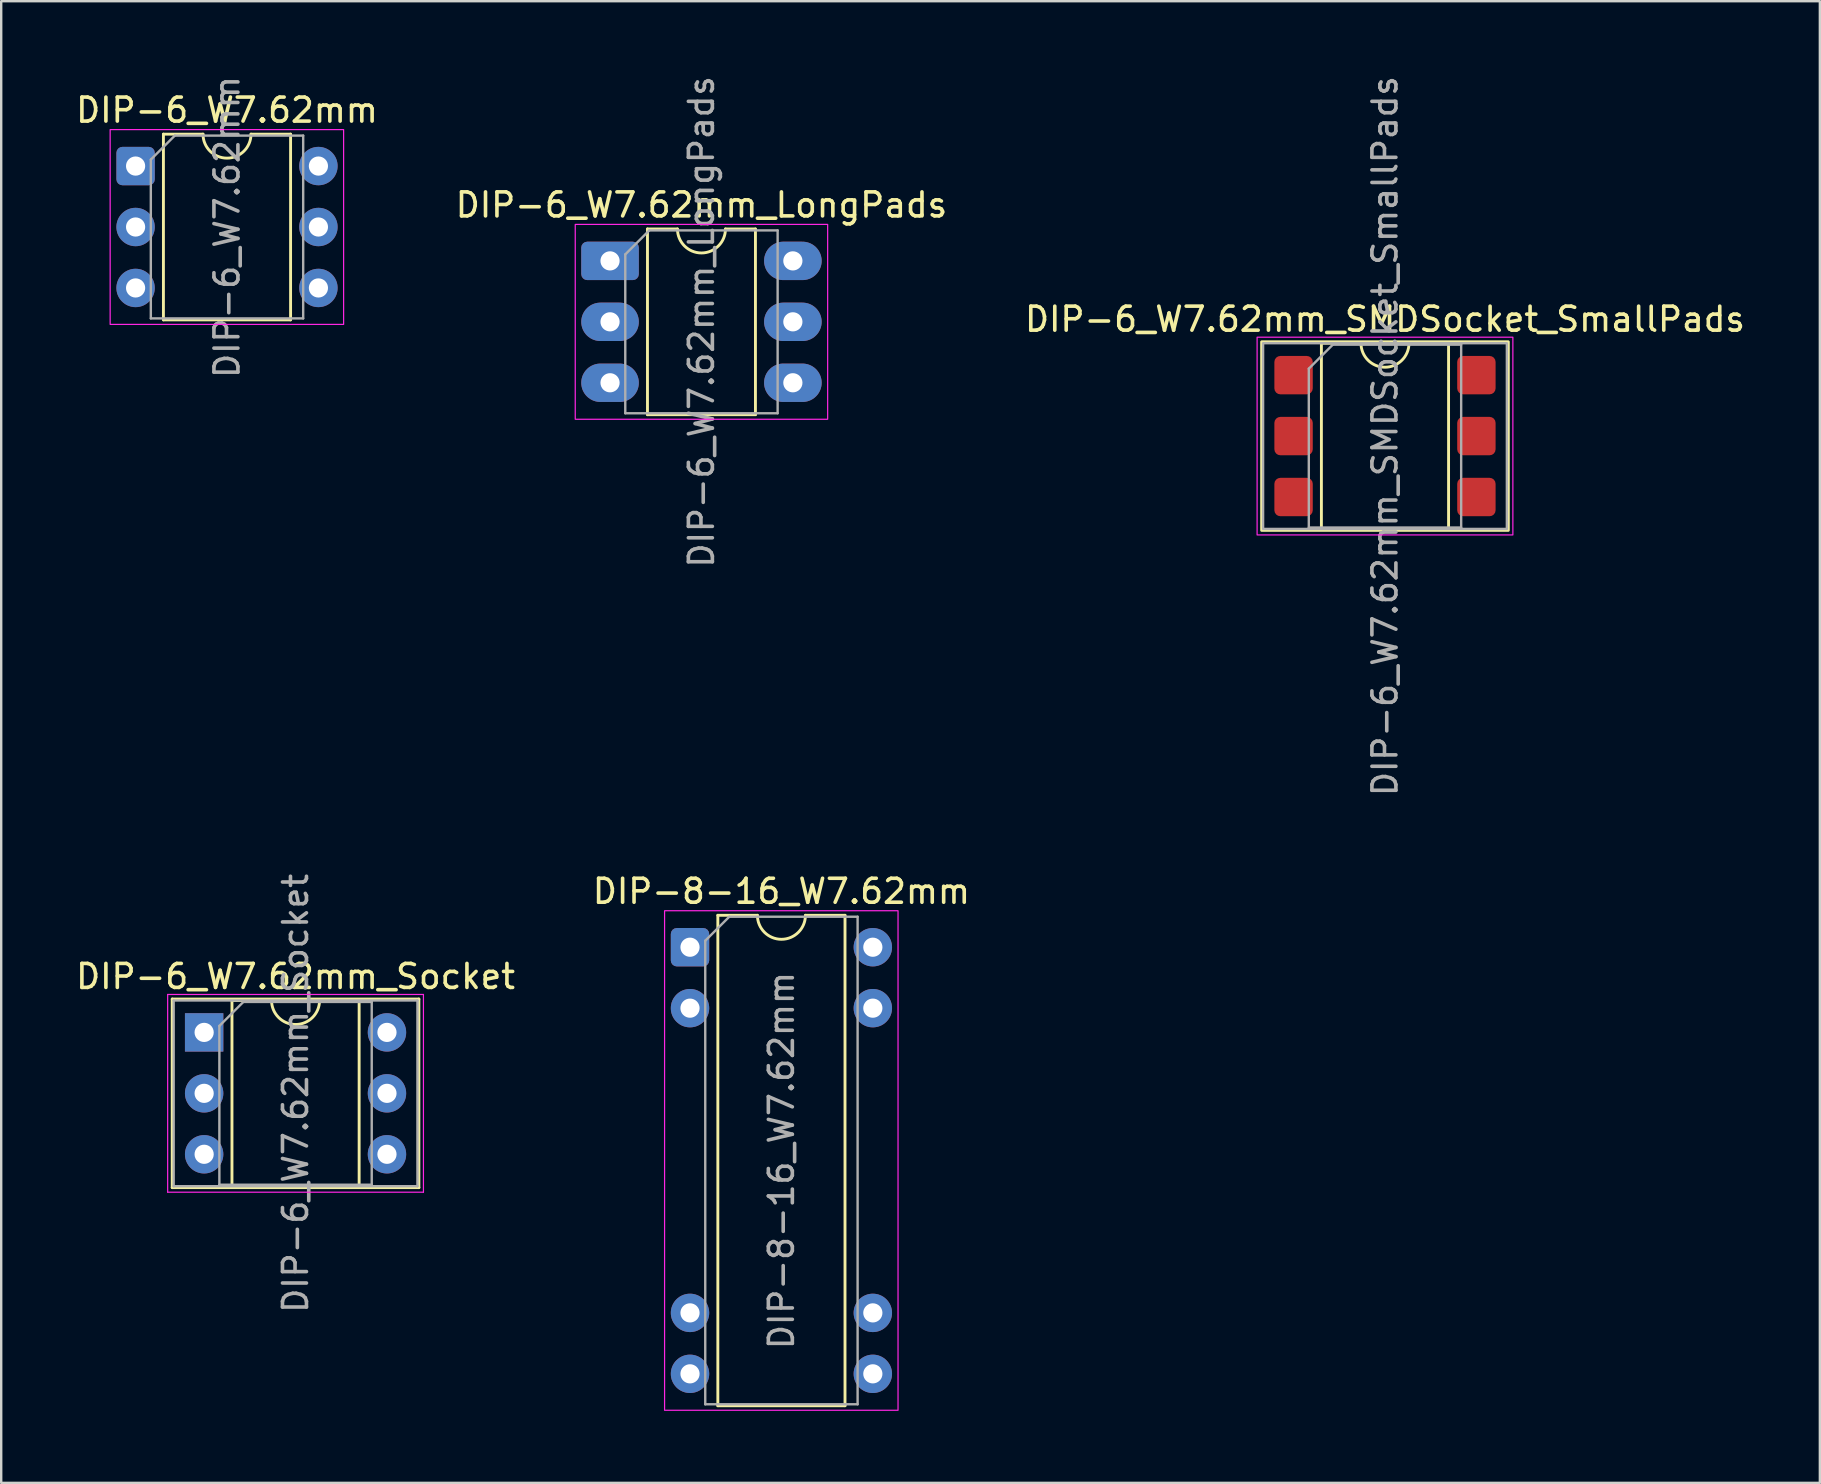
<source format=kicad_pcb>
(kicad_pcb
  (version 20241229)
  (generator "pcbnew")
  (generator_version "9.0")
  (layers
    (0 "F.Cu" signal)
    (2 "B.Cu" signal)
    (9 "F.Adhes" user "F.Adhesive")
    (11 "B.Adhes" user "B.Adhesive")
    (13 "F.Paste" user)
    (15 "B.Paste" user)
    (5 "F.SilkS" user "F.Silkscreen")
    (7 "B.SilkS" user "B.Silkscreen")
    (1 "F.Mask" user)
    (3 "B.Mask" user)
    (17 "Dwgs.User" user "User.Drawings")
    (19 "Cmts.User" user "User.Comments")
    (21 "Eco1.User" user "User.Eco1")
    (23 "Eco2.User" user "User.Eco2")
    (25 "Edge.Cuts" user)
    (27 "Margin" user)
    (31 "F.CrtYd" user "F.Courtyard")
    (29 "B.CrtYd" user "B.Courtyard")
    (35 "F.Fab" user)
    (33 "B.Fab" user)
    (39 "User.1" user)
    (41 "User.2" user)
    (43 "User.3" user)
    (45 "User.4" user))
  (footprint "DIP-6_W7.62mm_Socket"
    (layer "F.Cu")
    (at 5.458 39.978)
    (property "Reference" "DIP-6_W7.62mm_Socket" (at 3.81 -2.33 0) (layer "F.SilkS") (effects (font (size 1 1) (thickness 0.15))))
    (attr through_hole)
    (fp_line (start -1.33 -1.39) (end -1.33 6.47) (stroke (width 0.12) (type solid)) (layer "F.SilkS"))
    (fp_line (start -1.33 6.47) (end 8.95 6.47) (stroke (width 0.12) (type solid)) (layer "F.SilkS"))
    (fp_line (start 1.16 -1.33) (end 1.16 6.41) (stroke (width 0.12) (type solid)) (layer "F.SilkS"))
    (fp_line (start 1.16 6.41) (end 6.46 6.41) (stroke (width 0.12) (type solid)) (layer "F.SilkS"))
    (fp_line (start 2.81 -1.33) (end 1.16 -1.33) (stroke (width 0.12) (type solid)) (layer "F.SilkS"))
    (fp_line (start 6.46 -1.33) (end 4.81 -1.33) (stroke (width 0.12) (type solid)) (layer "F.SilkS"))
    (fp_line (start 6.46 6.41) (end 6.46 -1.33) (stroke (width 0.12) (type solid)) (layer "F.SilkS"))
    (fp_line (start 8.95 -1.39) (end -1.33 -1.39) (stroke (width 0.12) (type solid)) (layer "F.SilkS"))
    (fp_line (start 8.95 6.47) (end 8.95 -1.39) (stroke (width 0.12) (type solid)) (layer "F.SilkS"))
    (fp_arc (start 4.81 -1.33) (mid 3.81 -0.33) (end 2.81 -1.33) (stroke (width 0.12) (type solid)) (layer "F.SilkS"))
    (fp_line (start -1.52 -1.58) (end -1.52 6.66) (stroke (width 0.05) (type solid)) (layer "F.CrtYd"))
    (fp_line (start -1.52 6.66) (end 9.14 6.66) (stroke (width 0.05) (type solid)) (layer "F.CrtYd"))
    (fp_line (start 9.14 -1.58) (end -1.52 -1.58) (stroke (width 0.05) (type solid)) (layer "F.CrtYd"))
    (fp_line (start 9.14 6.66) (end 9.14 -1.58) (stroke (width 0.05) (type solid)) (layer "F.CrtYd"))
    (fp_line (start -1.27 -1.33) (end -1.27 6.41) (stroke (width 0.1) (type solid)) (layer "F.Fab"))
    (fp_line (start -1.27 6.41) (end 8.89 6.41) (stroke (width 0.1) (type solid)) (layer "F.Fab"))
    (fp_line (start 0.635 -0.27) (end 1.635 -1.27) (stroke (width 0.1) (type solid)) (layer "F.Fab"))
    (fp_line (start 0.635 6.35) (end 0.635 -0.27) (stroke (width 0.1) (type solid)) (layer "F.Fab"))
    (fp_line (start 1.635 -1.27) (end 6.985 -1.27) (stroke (width 0.1) (type solid)) (layer "F.Fab"))
    (fp_line (start 6.985 -1.27) (end 6.985 6.35) (stroke (width 0.1) (type solid)) (layer "F.Fab"))
    (fp_line (start 6.985 6.35) (end 0.635 6.35) (stroke (width 0.1) (type solid)) (layer "F.Fab"))
    (fp_line (start 8.89 -1.33) (end -1.27 -1.33) (stroke (width 0.1) (type solid)) (layer "F.Fab"))
    (fp_line (start 8.89 6.41) (end 8.89 -1.33) (stroke (width 0.1) (type solid)) (layer "F.Fab"))
    (fp_text user "${REFERENCE}" (at 3.81 2.54 90) (layer "F.Fab") (effects (font (size 1 1) (thickness 0.15))))
    (pad "1" thru_hole rect (at 0 0) (size 1.6 1.6) (drill 0.8) (layers "*.Cu" "*.Mask"))
    (pad "2" thru_hole circle (at 0 2.54) (size 1.6 1.6) (drill 0.8) (layers "*.Cu" "*.Mask"))
    (pad "3" thru_hole circle (at 0 5.08) (size 1.6 1.6) (drill 0.8) (layers "*.Cu" "*.Mask"))
    (pad "4" thru_hole circle (at 7.62 5.08) (size 1.6 1.6) (drill 0.8) (layers "*.Cu" "*.Mask"))
    (pad "5" thru_hole circle (at 7.62 2.54) (size 1.6 1.6) (drill 0.8) (layers "*.Cu" "*.Mask"))
    (pad "6" thru_hole circle (at 7.62 0) (size 1.6 1.6) (drill 0.8) (layers "*.Cu" "*.Mask")))
  (footprint "DIP-8-16_W7.62mm"
    (layer "F.Cu")
    (at 25.708 36.428)
    (property "Reference" "DIP-8-16_W7.62mm" (at 3.81 -2.33 0) (layer "F.SilkS") (effects (font (size 1 1) (thickness 0.15))))
    (attr through_hole)
    (fp_line (start 1.16 -1.33) (end 1.16 19.11) (stroke (width 0.12) (type solid)) (layer "F.SilkS"))
    (fp_line (start 1.16 19.11) (end 6.46 19.11) (stroke (width 0.12) (type solid)) (layer "F.SilkS"))
    (fp_line (start 2.81 -1.33) (end 1.16 -1.33) (stroke (width 0.12) (type solid)) (layer "F.SilkS"))
    (fp_line (start 6.46 -1.33) (end 4.81 -1.33) (stroke (width 0.12) (type solid)) (layer "F.SilkS"))
    (fp_line (start 6.46 19.11) (end 6.46 -1.33) (stroke (width 0.12) (type solid)) (layer "F.SilkS"))
    (fp_arc (start 4.81 -1.33) (mid 3.81 -0.33) (end 2.81 -1.33) (stroke (width 0.12) (type solid)) (layer "F.SilkS"))
    (fp_rect (start -1.06 -1.52) (end 8.67 19.3) (stroke (width 0.05) (type solid)) (fill no) (layer "F.CrtYd"))
    (fp_line (start 0.635 -0.27) (end 1.635 -1.27) (stroke (width 0.1) (type solid)) (layer "F.Fab"))
    (fp_line (start 0.635 19.05) (end 0.635 -0.27) (stroke (width 0.1) (type solid)) (layer "F.Fab"))
    (fp_line (start 1.635 -1.27) (end 6.985 -1.27) (stroke (width 0.1) (type solid)) (layer "F.Fab"))
    (fp_line (start 6.985 -1.27) (end 6.985 19.05) (stroke (width 0.1) (type solid)) (layer "F.Fab"))
    (fp_line (start 6.985 19.05) (end 0.635 19.05) (stroke (width 0.1) (type solid)) (layer "F.Fab"))
    (fp_text user "${REFERENCE}" (at 3.81 8.89 90) (layer "F.Fab") (effects (font (size 1 1) (thickness 0.15))))
    (pad "1" thru_hole roundrect (at 0 0) (size 1.6 1.6) (drill 0.8) (layers "*.Cu" "*.Mask") (roundrect_rratio 0.156))
    (pad "2" thru_hole circle (at 0 2.54) (size 1.6 1.6) (drill 0.8) (layers "*.Cu" "*.Mask"))
    (pad "3" thru_hole circle (at 0 15.24) (size 1.6 1.6) (drill 0.8) (layers "*.Cu" "*.Mask"))
    (pad "4" thru_hole circle (at 0 17.78) (size 1.6 1.6) (drill 0.8) (layers "*.Cu" "*.Mask"))
    (pad "5" thru_hole circle (at 7.62 17.78) (size 1.6 1.6) (drill 0.8) (layers "*.Cu" "*.Mask"))
    (pad "6" thru_hole circle (at 7.62 15.24) (size 1.6 1.6) (drill 0.8) (layers "*.Cu" "*.Mask"))
    (pad "7" thru_hole circle (at 7.62 2.54) (size 1.6 1.6) (drill 0.8) (layers "*.Cu" "*.Mask"))
    (pad "8" thru_hole circle (at 7.62 0) (size 1.6 1.6) (drill 0.8) (layers "*.Cu" "*.Mask")))
  (footprint "DIP-6_W7.62mm_LongPads"
    (layer "F.Cu")
    (at 22.375 7.823)
    (property "Reference" "DIP-6_W7.62mm_LongPads" (at 3.81 -2.33 0) (layer "F.SilkS") (effects (font (size 1 1) (thickness 0.15))))
    (attr through_hole)
    (fp_line (start 1.56 -1.33) (end 1.56 6.41) (stroke (width 0.12) (type solid)) (layer "F.SilkS"))
    (fp_line (start 1.56 6.41) (end 6.06 6.41) (stroke (width 0.12) (type solid)) (layer "F.SilkS"))
    (fp_line (start 2.81 -1.33) (end 1.56 -1.33) (stroke (width 0.12) (type solid)) (layer "F.SilkS"))
    (fp_line (start 6.06 -1.33) (end 4.81 -1.33) (stroke (width 0.12) (type solid)) (layer "F.SilkS"))
    (fp_line (start 6.06 6.41) (end 6.06 -1.33) (stroke (width 0.12) (type solid)) (layer "F.SilkS"))
    (fp_arc (start 4.81 -1.33) (mid 3.81 -0.33) (end 2.81 -1.33) (stroke (width 0.12) (type solid)) (layer "F.SilkS"))
    (fp_rect (start -1.45 -1.52) (end 9.07 6.6) (stroke (width 0.05) (type solid)) (fill no) (layer "F.CrtYd"))
    (fp_line (start 0.635 -0.27) (end 1.635 -1.27) (stroke (width 0.1) (type solid)) (layer "F.Fab"))
    (fp_line (start 0.635 6.35) (end 0.635 -0.27) (stroke (width 0.1) (type solid)) (layer "F.Fab"))
    (fp_line (start 1.635 -1.27) (end 6.985 -1.27) (stroke (width 0.1) (type solid)) (layer "F.Fab"))
    (fp_line (start 6.985 -1.27) (end 6.985 6.35) (stroke (width 0.1) (type solid)) (layer "F.Fab"))
    (fp_line (start 6.985 6.35) (end 0.635 6.35) (stroke (width 0.1) (type solid)) (layer "F.Fab"))
    (fp_text user "${REFERENCE}" (at 3.81 2.54 90) (layer "F.Fab") (effects (font (size 1 1) (thickness 0.15))))
    (pad "1" thru_hole roundrect (at 0 0) (size 2.4 1.6) (drill 0.8) (layers "*.Cu" "*.Mask") (roundrect_rratio 0.156))
    (pad "2" thru_hole oval (at 0 2.54) (size 2.4 1.6) (drill 0.8) (layers "*.Cu" "*.Mask"))
    (pad "3" thru_hole oval (at 0 5.08) (size 2.4 1.6) (drill 0.8) (layers "*.Cu" "*.Mask"))
    (pad "4" thru_hole oval (at 7.62 5.08) (size 2.4 1.6) (drill 0.8) (layers "*.Cu" "*.Mask"))
    (pad "5" thru_hole oval (at 7.62 2.54) (size 2.4 1.6) (drill 0.8) (layers "*.Cu" "*.Mask"))
    (pad "6" thru_hole oval (at 7.62 0) (size 2.4 1.6) (drill 0.8) (layers "*.Cu" "*.Mask")))
  (footprint "DIP-6_W7.62mm"
    (layer "F.Cu")
    (at 2.601 3.871)
    (property "Reference" "DIP-6_W7.62mm" (at 3.81 -2.33 0) (layer "F.SilkS") (effects (font (size 1 1) (thickness 0.15))))
    (attr through_hole)
    (fp_line (start 1.16 -1.33) (end 1.16 6.41) (stroke (width 0.12) (type solid)) (layer "F.SilkS"))
    (fp_line (start 1.16 6.41) (end 6.46 6.41) (stroke (width 0.12) (type solid)) (layer "F.SilkS"))
    (fp_line (start 2.81 -1.33) (end 1.16 -1.33) (stroke (width 0.12) (type solid)) (layer "F.SilkS"))
    (fp_line (start 6.46 -1.33) (end 4.81 -1.33) (stroke (width 0.12) (type solid)) (layer "F.SilkS"))
    (fp_line (start 6.46 6.41) (end 6.46 -1.33) (stroke (width 0.12) (type solid)) (layer "F.SilkS"))
    (fp_arc (start 4.81 -1.33) (mid 3.81 -0.33) (end 2.81 -1.33) (stroke (width 0.12) (type solid)) (layer "F.SilkS"))
    (fp_rect (start -1.06 -1.52) (end 8.67 6.6) (stroke (width 0.05) (type solid)) (fill no) (layer "F.CrtYd"))
    (fp_line (start 0.635 -0.27) (end 1.635 -1.27) (stroke (width 0.1) (type solid)) (layer "F.Fab"))
    (fp_line (start 0.635 6.35) (end 0.635 -0.27) (stroke (width 0.1) (type solid)) (layer "F.Fab"))
    (fp_line (start 1.635 -1.27) (end 6.985 -1.27) (stroke (width 0.1) (type solid)) (layer "F.Fab"))
    (fp_line (start 6.985 -1.27) (end 6.985 6.35) (stroke (width 0.1) (type solid)) (layer "F.Fab"))
    (fp_line (start 6.985 6.35) (end 0.635 6.35) (stroke (width 0.1) (type solid)) (layer "F.Fab"))
    (fp_text user "${REFERENCE}" (at 3.81 2.54 90) (layer "F.Fab") (effects (font (size 1 1) (thickness 0.15))))
    (pad "1" thru_hole roundrect (at 0 0) (size 1.6 1.6) (drill 0.8) (layers "*.Cu" "*.Mask") (roundrect_rratio 0.156))
    (pad "2" thru_hole circle (at 0 2.54) (size 1.6 1.6) (drill 0.8) (layers "*.Cu" "*.Mask"))
    (pad "3" thru_hole circle (at 0 5.08) (size 1.6 1.6) (drill 0.8) (layers "*.Cu" "*.Mask"))
    (pad "4" thru_hole circle (at 7.62 5.08) (size 1.6 1.6) (drill 0.8) (layers "*.Cu" "*.Mask"))
    (pad "5" thru_hole circle (at 7.62 2.54) (size 1.6 1.6) (drill 0.8) (layers "*.Cu" "*.Mask"))
    (pad "6" thru_hole circle (at 7.62 0) (size 1.6 1.6) (drill 0.8) (layers "*.Cu" "*.Mask")))
  (footprint "DIP-6_W7.62mm_SMDSocket_SmallPads"
    (layer "F.Cu")
    (at 54.673 15.125)
    (property "Reference" "DIP-6_W7.62mm_SMDSocket_SmallPads" (at 0 -4.87 0) (layer "F.SilkS") (effects (font (size 1 1) (thickness 0.15))))
    (attr smd)
    (fp_line (start -2.65 -3.87) (end -2.65 3.87) (stroke (width 0.12) (type solid)) (layer "F.SilkS"))
    (fp_line (start -2.65 3.87) (end 2.65 3.87) (stroke (width 0.12) (type solid)) (layer "F.SilkS"))
    (fp_line (start -1 -3.87) (end -2.65 -3.87) (stroke (width 0.12) (type solid)) (layer "F.SilkS"))
    (fp_line (start 2.65 -3.87) (end 1 -3.87) (stroke (width 0.12) (type solid)) (layer "F.SilkS"))
    (fp_line (start 2.65 3.87) (end 2.65 -3.87) (stroke (width 0.12) (type solid)) (layer "F.SilkS"))
    (fp_rect (start -5.14 -3.93) (end 5.14 3.93) (stroke (width 0.12) (type solid)) (fill no) (layer "F.SilkS"))
    (fp_arc (start 1 -3.87) (mid 0 -2.87) (end -1 -3.87) (stroke (width 0.12) (type solid)) (layer "F.SilkS"))
    (fp_rect (start -5.33 -4.12) (end 5.33 4.12) (stroke (width 0.05) (type solid)) (fill no) (layer "F.CrtYd"))
    (fp_line (start -3.175 -2.81) (end -2.175 -3.81) (stroke (width 0.1) (type solid)) (layer "F.Fab"))
    (fp_line (start -3.175 3.81) (end -3.175 -2.81) (stroke (width 0.1) (type solid)) (layer "F.Fab"))
    (fp_line (start -2.175 -3.81) (end 3.175 -3.81) (stroke (width 0.1) (type solid)) (layer "F.Fab"))
    (fp_line (start 3.175 -3.81) (end 3.175 3.81) (stroke (width 0.1) (type solid)) (layer "F.Fab"))
    (fp_line (start 3.175 3.81) (end -3.175 3.81) (stroke (width 0.1) (type solid)) (layer "F.Fab"))
    (fp_rect (start -5.08 -3.87) (end 5.08 3.87) (stroke (width 0.1) (type solid)) (fill no) (layer "F.Fab"))
    (fp_text user "${REFERENCE}" (at 0 0 90) (layer "F.Fab") (effects (font (size 1 1) (thickness 0.15))))
    (pad "1" smd roundrect (at -3.81 -2.54) (size 1.6 1.6) (layers "F.Cu" "F.Mask" "F.Paste") (roundrect_rratio 0.156))
    (pad "2" smd roundrect (at -3.81 0) (size 1.6 1.6) (layers "F.Cu" "F.Mask" "F.Paste") (roundrect_rratio 0.156))
    (pad "3" smd roundrect (at -3.81 2.54) (size 1.6 1.6) (layers "F.Cu" "F.Mask" "F.Paste") (roundrect_rratio 0.156))
    (pad "4" smd roundrect (at 3.81 2.54) (size 1.6 1.6) (layers "F.Cu" "F.Mask" "F.Paste") (roundrect_rratio 0.156))
    (pad "5" smd roundrect (at 3.81 0) (size 1.6 1.6) (layers "F.Cu" "F.Mask" "F.Paste") (roundrect_rratio 0.156))
    (pad "6" smd roundrect (at 3.81 -2.54) (size 1.6 1.6) (layers "F.Cu" "F.Mask" "F.Paste") (roundrect_rratio 0.156)))
  (gr_rect
    (start -3 -3)
    (end 72.798 58.753)
    (stroke (width 0.1) (type default))
    (fill no)
    (layer "Edge.Cuts")))
</source>
